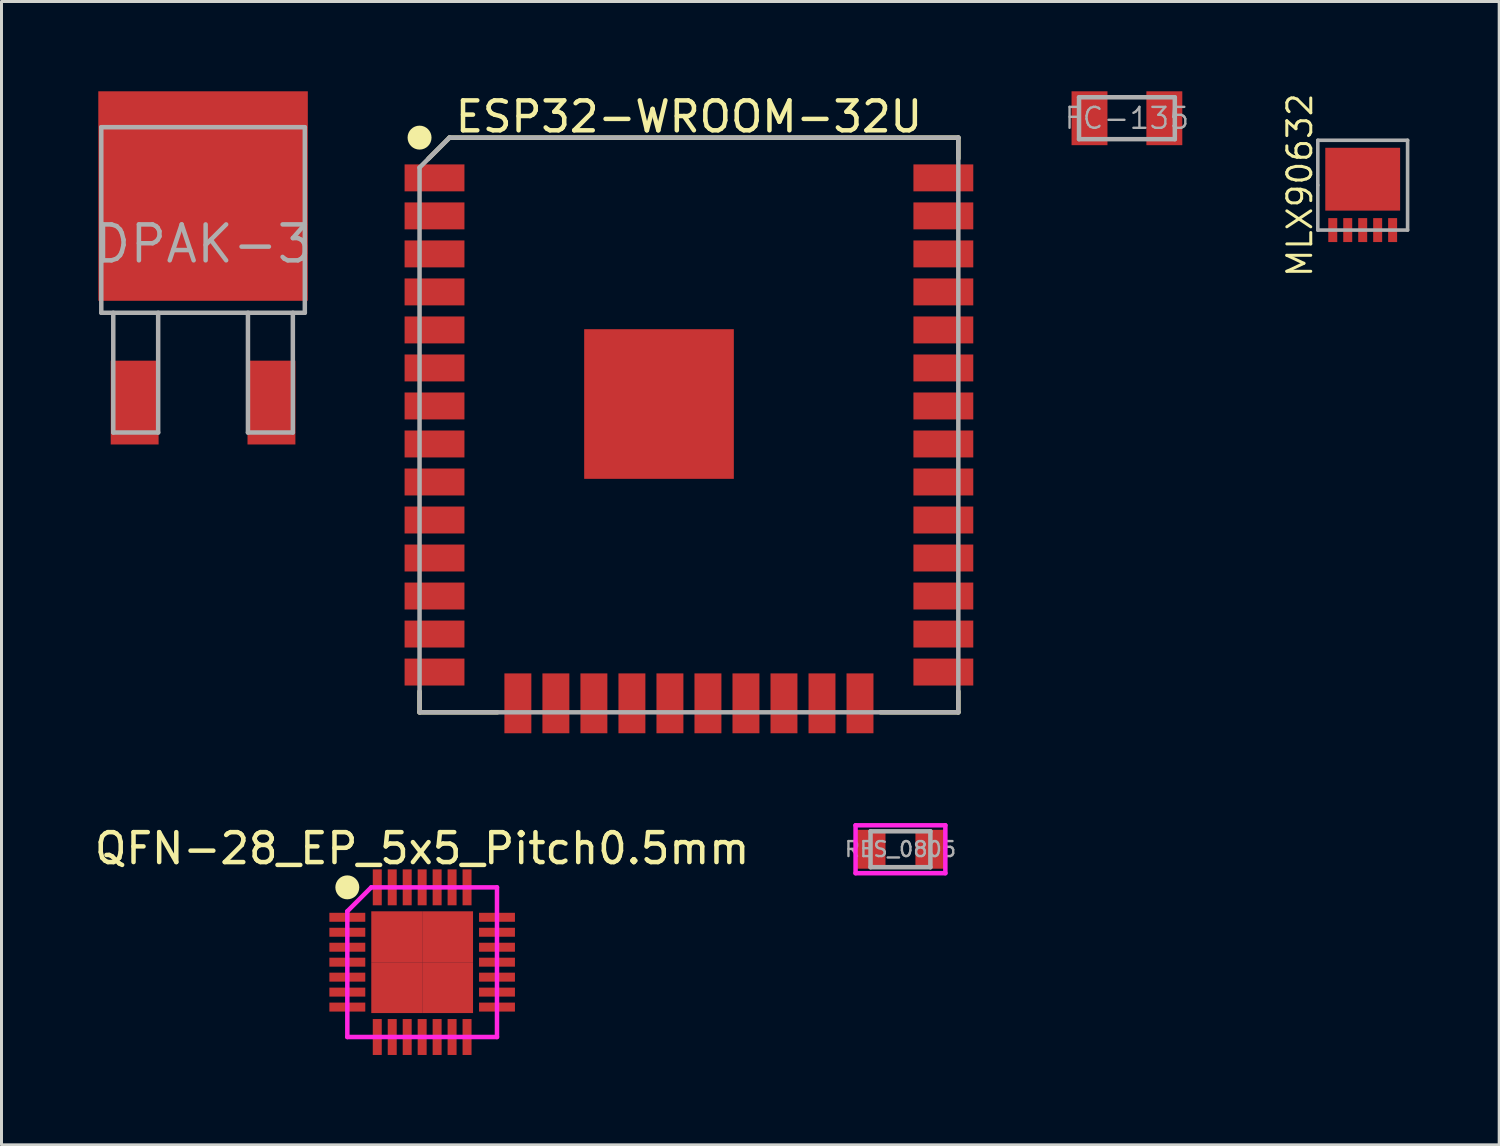
<source format=kicad_pcb>
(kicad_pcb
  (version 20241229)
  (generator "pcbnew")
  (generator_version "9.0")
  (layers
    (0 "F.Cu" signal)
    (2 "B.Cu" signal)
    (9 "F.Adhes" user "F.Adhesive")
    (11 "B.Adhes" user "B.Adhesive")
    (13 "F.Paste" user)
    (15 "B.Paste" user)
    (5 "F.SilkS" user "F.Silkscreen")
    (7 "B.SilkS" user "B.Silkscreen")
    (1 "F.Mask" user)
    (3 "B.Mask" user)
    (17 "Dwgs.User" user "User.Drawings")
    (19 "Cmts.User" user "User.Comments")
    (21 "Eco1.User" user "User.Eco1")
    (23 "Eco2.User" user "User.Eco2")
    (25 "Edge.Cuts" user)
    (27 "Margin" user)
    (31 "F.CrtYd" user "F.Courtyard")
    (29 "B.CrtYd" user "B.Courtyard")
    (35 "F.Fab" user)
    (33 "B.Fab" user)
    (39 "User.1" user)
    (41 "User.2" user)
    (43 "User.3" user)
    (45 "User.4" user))
  (footprint "MLX90632"
    (layer "F.Cu")
    (at 42.477 3.137)
    (property "Reference" "MLX90632" (at -2.1 0 90) (layer "F.SilkS") (effects (font (size 0.8 0.8) (thickness 0.1))))
    (attr smd)
    (fp_line (start -1.5 -1.5) (end 1.5 -1.5) (stroke (width 0.12) (type solid)) (layer "F.Fab"))
    (fp_line (start -1.5 0) (end -1.5 -1.5) (stroke (width 0.12) (type solid)) (layer "F.Fab"))
    (fp_line (start -1.5 1.5) (end -1.5 0) (stroke (width 0.12) (type solid)) (layer "F.Fab"))
    (fp_line (start 1.5 -1.5) (end 1.5 1.5) (stroke (width 0.12) (type solid)) (layer "F.Fab"))
    (fp_line (start 1.5 1.5) (end -1.5 1.5) (stroke (width 0.12) (type solid)) (layer "F.Fab"))
    (pad "1" smd rect (at -1 1.5) (size 0.3 0.8) (layers "F.Cu" "F.Mask" "F.Paste"))
    (pad "2" smd rect (at -0.5 1.5) (size 0.3 0.8) (layers "F.Cu" "F.Mask" "F.Paste"))
    (pad "3" smd rect (at 0 1.5) (size 0.3 0.8) (layers "F.Cu" "F.Mask" "F.Paste"))
    (pad "4" smd rect (at 0.5 1.5) (size 0.3 0.8) (layers "F.Cu" "F.Mask" "F.Paste"))
    (pad "5" smd rect (at 1 1.5) (size 0.3 0.8) (layers "F.Cu" "F.Mask" "F.Paste"))
    (pad "6" smd rect (at 0 -0.2) (size 2.5 2.1) (layers "F.Cu" "F.Mask" "F.Paste")))
  (footprint "ESP32-WROOM-32U"
    (layer "F.Cu")
    (at 19.967 11.148)
    (property "Reference" "ESP32-WROOM-32U" (at 0 -10.3 0) (layer "F.SilkS") (effects (font (size 1 1) (thickness 0.15))))
    (attr smd)
    (fp_line (start -9 9.6) (end -9 8.9) (stroke (width 0.15) (type solid)) (layer "F.SilkS"))
    (fp_line (start -8 -9.6) (end -8.7 -8.9) (stroke (width 0.15) (type solid)) (layer "F.SilkS"))
    (fp_line (start -6.4 9.6) (end -9 9.6) (stroke (width 0.15) (type solid)) (layer "F.SilkS"))
    (fp_line (start 6.4 9.6) (end 9 9.6) (stroke (width 0.15) (type solid)) (layer "F.SilkS"))
    (fp_line (start 9 -9.6) (end -8 -9.6) (stroke (width 0.15) (type solid)) (layer "F.SilkS"))
    (fp_line (start 9 -8.9) (end 9 -9.6) (stroke (width 0.15) (type solid)) (layer "F.SilkS"))
    (fp_line (start 9 9.6) (end 9 8.9) (stroke (width 0.15) (type solid)) (layer "F.SilkS"))
    (fp_circle (center -9 -9.6) (end -8.8 -9.6) (stroke (width 0.4) (type solid)) (fill no) (layer "F.SilkS"))
    (fp_line (start -9 -8.6) (end -9 9.6) (stroke (width 0.15) (type solid)) (layer "F.Fab"))
    (fp_line (start -9 9.6) (end 9 9.6) (stroke (width 0.15) (type solid)) (layer "F.Fab"))
    (fp_line (start -8 -9.6) (end -9 -8.6) (stroke (width 0.15) (type solid)) (layer "F.Fab"))
    (fp_line (start 9 -9.6) (end -8 -9.6) (stroke (width 0.15) (type solid)) (layer "F.Fab"))
    (fp_line (start 9 9.6) (end 9 -9.6) (stroke (width 0.15) (type solid)) (layer "F.Fab"))
    (pad "1" smd rect (at -8.5 -8.255 90) (size 0.9 2) (layers "F.Cu" "F.Mask" "F.Paste"))
    (pad "2" smd rect (at -8.5 -6.985 90) (size 0.9 2) (layers "F.Cu" "F.Mask" "F.Paste"))
    (pad "3" smd rect (at -8.5 -5.715 90) (size 0.9 2) (layers "F.Cu" "F.Mask" "F.Paste"))
    (pad "4" smd rect (at -8.5 -4.445 90) (size 0.9 2) (layers "F.Cu" "F.Mask" "F.Paste"))
    (pad "5" smd rect (at -8.5 -3.175 90) (size 0.9 2) (layers "F.Cu" "F.Mask" "F.Paste"))
    (pad "6" smd rect (at -8.5 -1.905 90) (size 0.9 2) (layers "F.Cu" "F.Mask" "F.Paste"))
    (pad "7" smd rect (at -8.5 -0.635 90) (size 0.9 2) (layers "F.Cu" "F.Mask" "F.Paste"))
    (pad "8" smd rect (at -8.5 0.635 90) (size 0.9 2) (layers "F.Cu" "F.Mask" "F.Paste"))
    (pad "9" smd rect (at -8.5 1.905 90) (size 0.9 2) (layers "F.Cu" "F.Mask" "F.Paste"))
    (pad "10" smd rect (at -8.5 3.175 90) (size 0.9 2) (layers "F.Cu" "F.Mask" "F.Paste"))
    (pad "11" smd rect (at -8.5 4.445 90) (size 0.9 2) (layers "F.Cu" "F.Mask" "F.Paste"))
    (pad "12" smd rect (at -8.5 5.715 90) (size 0.9 2) (layers "F.Cu" "F.Mask" "F.Paste"))
    (pad "13" smd rect (at -8.5 6.985 90) (size 0.9 2) (layers "F.Cu" "F.Mask" "F.Paste"))
    (pad "14" smd rect (at -8.5 8.255 90) (size 0.9 2) (layers "F.Cu" "F.Mask" "F.Paste"))
    (pad "15" smd rect (at -5.715 9.3) (size 0.9 2) (layers "F.Cu" "F.Mask" "F.Paste"))
    (pad "16" smd rect (at -4.445 9.3) (size 0.9 2) (layers "F.Cu" "F.Mask" "F.Paste"))
    (pad "17" smd rect (at -3.175 9.3) (size 0.9 2) (layers "F.Cu" "F.Mask" "F.Paste"))
    (pad "18" smd rect (at -1.905 9.3) (size 0.9 2) (layers "F.Cu" "F.Mask" "F.Paste"))
    (pad "19" smd rect (at -0.635 9.3) (size 0.9 2) (layers "F.Cu" "F.Mask" "F.Paste"))
    (pad "20" smd rect (at 0.635 9.3) (size 0.9 2) (layers "F.Cu" "F.Mask" "F.Paste"))
    (pad "21" smd rect (at 1.905 9.3) (size 0.9 2) (layers "F.Cu" "F.Mask" "F.Paste"))
    (pad "22" smd rect (at 3.175 9.3) (size 0.9 2) (layers "F.Cu" "F.Mask" "F.Paste"))
    (pad "23" smd rect (at 4.445 9.3) (size 0.9 2) (layers "F.Cu" "F.Mask" "F.Paste"))
    (pad "24" smd rect (at 5.715 9.3) (size 0.9 2) (layers "F.Cu" "F.Mask" "F.Paste"))
    (pad "25" smd rect (at 8.5 8.255 90) (size 0.9 2) (layers "F.Cu" "F.Mask" "F.Paste"))
    (pad "26" smd rect (at 8.5 6.985 90) (size 0.9 2) (layers "F.Cu" "F.Mask" "F.Paste"))
    (pad "27" smd rect (at 8.5 5.715 90) (size 0.9 2) (layers "F.Cu" "F.Mask" "F.Paste"))
    (pad "28" smd rect (at 8.5 4.445 90) (size 0.9 2) (layers "F.Cu" "F.Mask" "F.Paste"))
    (pad "29" smd rect (at 8.5 3.175 90) (size 0.9 2) (layers "F.Cu" "F.Mask" "F.Paste"))
    (pad "30" smd rect (at 8.5 1.905 90) (size 0.9 2) (layers "F.Cu" "F.Mask" "F.Paste"))
    (pad "31" smd rect (at 8.5 0.635 90) (size 0.9 2) (layers "F.Cu" "F.Mask" "F.Paste"))
    (pad "32" smd rect (at 8.5 -0.635 90) (size 0.9 2) (layers "F.Cu" "F.Mask" "F.Paste"))
    (pad "33" smd rect (at 8.5 -1.905 90) (size 0.9 2) (layers "F.Cu" "F.Mask" "F.Paste"))
    (pad "34" smd rect (at 8.5 -3.175 90) (size 0.9 2) (layers "F.Cu" "F.Mask" "F.Paste"))
    (pad "35" smd rect (at 8.5 -4.445 90) (size 0.9 2) (layers "F.Cu" "F.Mask" "F.Paste"))
    (pad "36" smd rect (at 8.5 -5.715 90) (size 0.9 2) (layers "F.Cu" "F.Mask" "F.Paste"))
    (pad "37" smd rect (at 8.5 -6.985 90) (size 0.9 2) (layers "F.Cu" "F.Mask" "F.Paste"))
    (pad "38" smd rect (at 8.5 -8.255 90) (size 0.9 2) (layers "F.Cu" "F.Mask" "F.Paste"))
    (pad "39" smd rect (at -1 -0.7 90) (size 5 5) (layers "F.Cu" "F.Mask" "F.Paste")))
  (footprint "DPAK-3"
    (layer "F.Cu")
    (at 3.734 10.4)
    (property "Reference" "DPAK-3" (at 0 -5.3 0) (layer "F.Fab") (effects (font (size 1.2 1.2) (thickness 0.15))))
    (attr through_hole)
    (fp_line (start -3.4 -9.2) (end 3.4 -9.2) (stroke (width 0.15) (type solid)) (layer "F.Fab"))
    (fp_line (start -3.4 -3) (end -3.4 -9.2) (stroke (width 0.15) (type solid)) (layer "F.Fab"))
    (fp_line (start -3 -3) (end -3 1) (stroke (width 0.15) (type solid)) (layer "F.Fab"))
    (fp_line (start -3 1) (end -1.5 1) (stroke (width 0.15) (type solid)) (layer "F.Fab"))
    (fp_line (start -1.5 1) (end -1.5 -3) (stroke (width 0.15) (type solid)) (layer "F.Fab"))
    (fp_line (start 1.5 1) (end 1.5 -3) (stroke (width 0.15) (type solid)) (layer "F.Fab"))
    (fp_line (start 3 -3) (end 3 1) (stroke (width 0.15) (type solid)) (layer "F.Fab"))
    (fp_line (start 3 1) (end 1.5 1) (stroke (width 0.15) (type solid)) (layer "F.Fab"))
    (fp_line (start 3.4 -9.2) (end 3.4 -3) (stroke (width 0.15) (type solid)) (layer "F.Fab"))
    (fp_line (start 3.4 -3) (end -3.4 -3) (stroke (width 0.15) (type solid)) (layer "F.Fab"))
    (pad "1" smd rect (at -2.285 0) (size 1.6 2.8) (layers "F.Cu" "F.Mask" "F.Paste"))
    (pad "2" smd rect (at 0 -6.9) (size 7 7) (layers "F.Cu" "F.Mask" "F.Paste"))
    (pad "3" smd rect (at 2.285 0) (size 1.6 2.8) (layers "F.Cu" "F.Mask" "F.Paste")))
  (footprint "QFN-28_EP_5x5_Pitch0.5mm"
    (layer "F.Cu")
    (at 11.054 29.096)
    (property "Reference" "QFN-28_EP_5x5_Pitch0.5mm" (at 0 -3.8 0) (layer "F.SilkS") (effects (font (size 1 1) (thickness 0.15))))
    (attr smd)
    (fp_circle (center -2.5 -2.5) (end -2.3 -2.5) (stroke (width 0.4) (type solid)) (fill no) (layer "F.SilkS"))
    (fp_line (start -2.5 -1.7) (end -2.5 2.5) (stroke (width 0.15) (type solid)) (layer "F.CrtYd"))
    (fp_line (start -2.5 -1.7) (end -1.7 -2.5) (stroke (width 0.15) (type solid)) (layer "F.CrtYd"))
    (fp_line (start -2.5 2.5) (end 2.5 2.5) (stroke (width 0.15) (type solid)) (layer "F.CrtYd"))
    (fp_line (start 2.5 -2.5) (end -1.7 -2.5) (stroke (width 0.15) (type solid)) (layer "F.CrtYd"))
    (fp_line (start 2.5 2.5) (end 2.5 -2.5) (stroke (width 0.15) (type solid)) (layer "F.CrtYd"))
    (pad "1" smd rect (at -2.5 -1.5 90) (size 0.3 1.2) (layers "F.Cu" "F.Mask" "F.Paste"))
    (pad "2" smd rect (at -2.5 -1 90) (size 0.3 1.2) (layers "F.Cu" "F.Mask" "F.Paste"))
    (pad "3" smd rect (at -2.5 -0.5 90) (size 0.3 1.2) (layers "F.Cu" "F.Mask" "F.Paste"))
    (pad "4" smd rect (at -2.5 0 90) (size 0.3 1.2) (layers "F.Cu" "F.Mask" "F.Paste"))
    (pad "5" smd rect (at -2.5 0.5 90) (size 0.3 1.2) (layers "F.Cu" "F.Mask" "F.Paste"))
    (pad "6" smd rect (at -2.5 1 90) (size 0.3 1.2) (layers "F.Cu" "F.Mask" "F.Paste"))
    (pad "7" smd rect (at -2.5 1.5 90) (size 0.3 1.2) (layers "F.Cu" "F.Mask" "F.Paste"))
    (pad "8" smd rect (at -1.5 2.5) (size 0.3 1.2) (layers "F.Cu" "F.Mask" "F.Paste"))
    (pad "9" smd rect (at -1 2.5) (size 0.3 1.2) (layers "F.Cu" "F.Mask" "F.Paste"))
    (pad "10" smd rect (at -0.5 2.5) (size 0.3 1.2) (layers "F.Cu" "F.Mask" "F.Paste"))
    (pad "11" smd rect (at 0 2.5) (size 0.3 1.2) (layers "F.Cu" "F.Mask" "F.Paste"))
    (pad "12" smd rect (at 0.5 2.5) (size 0.3 1.2) (layers "F.Cu" "F.Mask" "F.Paste"))
    (pad "13" smd rect (at 1 2.5) (size 0.3 1.2) (layers "F.Cu" "F.Mask" "F.Paste"))
    (pad "14" smd rect (at 1.5 2.5) (size 0.3 1.2) (layers "F.Cu" "F.Mask" "F.Paste"))
    (pad "15" smd rect (at 2.5 1.5 90) (size 0.3 1.2) (layers "F.Cu" "F.Mask" "F.Paste"))
    (pad "16" smd rect (at 2.5 1 90) (size 0.3 1.2) (layers "F.Cu" "F.Mask" "F.Paste"))
    (pad "17" smd rect (at 2.5 0.5 90) (size 0.3 1.2) (layers "F.Cu" "F.Mask" "F.Paste"))
    (pad "18" smd rect (at 2.5 0 90) (size 0.3 1.2) (layers "F.Cu" "F.Mask" "F.Paste"))
    (pad "19" smd rect (at 2.5 -0.5 90) (size 0.3 1.2) (layers "F.Cu" "F.Mask" "F.Paste"))
    (pad "20" smd rect (at 2.5 -1 90) (size 0.3 1.2) (layers "F.Cu" "F.Mask" "F.Paste"))
    (pad "21" smd rect (at 2.5 -1.5 90) (size 0.3 1.2) (layers "F.Cu" "F.Mask" "F.Paste"))
    (pad "22" smd rect (at 1.5 -2.5) (size 0.3 1.2) (layers "F.Cu" "F.Mask" "F.Paste"))
    (pad "23" smd rect (at 1 -2.5) (size 0.3 1.2) (layers "F.Cu" "F.Mask" "F.Paste"))
    (pad "24" smd rect (at 0.5 -2.5) (size 0.3 1.2) (layers "F.Cu" "F.Mask" "F.Paste"))
    (pad "25" smd rect (at 0 -2.5) (size 0.3 1.2) (layers "F.Cu" "F.Mask" "F.Paste"))
    (pad "26" smd rect (at -0.5 -2.5) (size 0.3 1.2) (layers "F.Cu" "F.Mask" "F.Paste"))
    (pad "27" smd rect (at -1 -2.5) (size 0.3 1.2) (layers "F.Cu" "F.Mask" "F.Paste"))
    (pad "28" smd rect (at -1.5 -2.5) (size 0.3 1.2) (layers "F.Cu" "F.Mask" "F.Paste"))
    (pad "29" smd rect (at -0.85 -0.85) (size 1.7 1.7) (layers "F.Cu" "F.Mask" "F.Paste"))
    (pad "29" smd rect (at -0.85 0.85) (size 1.7 1.7) (layers "F.Cu" "F.Mask" "F.Paste"))
    (pad "29" smd rect (at 0.85 -0.85) (size 1.7 1.7) (layers "F.Cu" "F.Mask" "F.Paste"))
    (pad "29" smd rect (at 0.85 0.85) (size 1.7 1.7) (layers "F.Cu" "F.Mask" "F.Paste")))
  (footprint "RES_0805"
    (layer "F.Cu")
    (at 27.034 25.323)
    (property "Reference" "RES_0805" (at 0 0 0) (layer "F.Fab") (effects (font (size 0.5 0.5) (thickness 0.08))))
    (attr through_hole)
    (fp_line (start -1.5 -0.8) (end 1.5 -0.8) (stroke (width 0.15) (type solid)) (layer "F.CrtYd"))
    (fp_line (start -1.5 0.8) (end -1.5 -0.8) (stroke (width 0.15) (type solid)) (layer "F.CrtYd"))
    (fp_line (start 1.5 -0.8) (end 1.5 0.8) (stroke (width 0.15) (type solid)) (layer "F.CrtYd"))
    (fp_line (start 1.5 0.8) (end -1.5 0.8) (stroke (width 0.15) (type solid)) (layer "F.CrtYd"))
    (fp_line (start -1 -0.6) (end 1 -0.6) (stroke (width 0.15) (type solid)) (layer "F.Fab"))
    (fp_line (start -1 0.6) (end -1 -0.6) (stroke (width 0.15) (type solid)) (layer "F.Fab"))
    (fp_line (start 1 -0.6) (end 1 0.6) (stroke (width 0.15) (type solid)) (layer "F.Fab"))
    (fp_line (start 1 0.6) (end -1 0.6) (stroke (width 0.15) (type solid)) (layer "F.Fab"))
    (pad "1" smd rect (at -1 0) (size 1 1.3) (layers "F.Cu" "F.Mask" "F.Paste"))
    (pad "2" smd rect (at 1 0) (size 1 1.3) (layers "F.Cu" "F.Mask" "F.Paste")))
  (footprint "FC-135"
    (layer "F.Cu")
    (at 34.6 0.9)
    (property "Reference" "FC-135" (at 0 0 0) (layer "F.Fab") (effects (font (size 0.7 0.7) (thickness 0.08))))
    (attr through_hole)
    (fp_line (start -1.6 -0.7) (end 1.6 -0.7) (stroke (width 0.15) (type solid)) (layer "F.Fab"))
    (fp_line (start -1.6 0.7) (end -1.6 -0.7) (stroke (width 0.15) (type solid)) (layer "F.Fab"))
    (fp_line (start 1.6 -0.7) (end 1.6 0.7) (stroke (width 0.15) (type solid)) (layer "F.Fab"))
    (fp_line (start 1.6 0.7) (end -1.6 0.7) (stroke (width 0.15) (type solid)) (layer "F.Fab"))
    (pad "1" smd rect (at -1.25 0) (size 1.2 1.8) (layers "F.Cu" "F.Mask" "F.Paste"))
    (pad "2" smd rect (at 1.25 0) (size 1.2 1.8) (layers "F.Cu" "F.Mask" "F.Paste")))
  (gr_rect
    (start -3 -3)
    (end 47.037 35.197)
    (stroke (width 0.1) (type default))
    (fill no)
    (layer "Edge.Cuts")))
</source>
